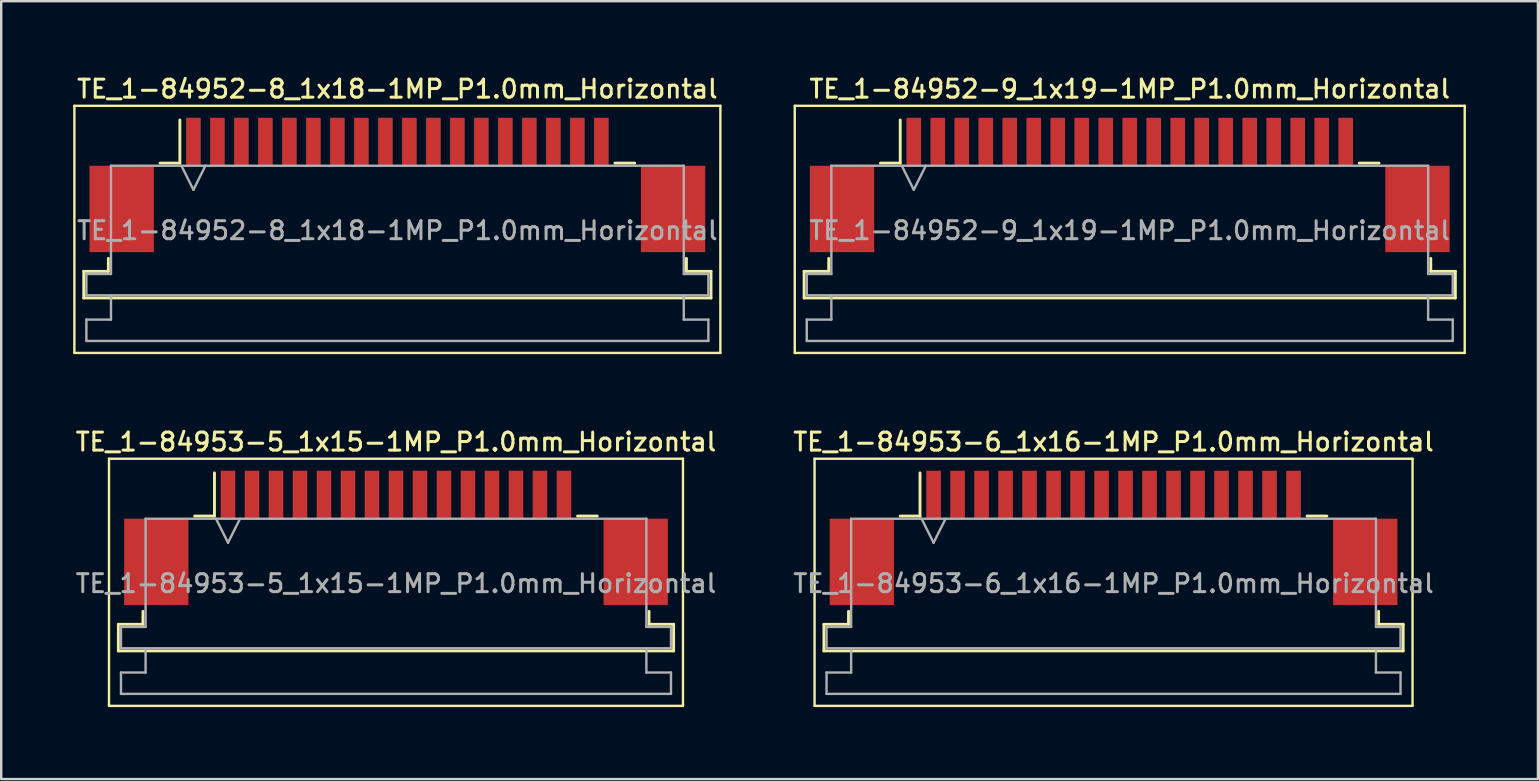
<source format=kicad_pcb>
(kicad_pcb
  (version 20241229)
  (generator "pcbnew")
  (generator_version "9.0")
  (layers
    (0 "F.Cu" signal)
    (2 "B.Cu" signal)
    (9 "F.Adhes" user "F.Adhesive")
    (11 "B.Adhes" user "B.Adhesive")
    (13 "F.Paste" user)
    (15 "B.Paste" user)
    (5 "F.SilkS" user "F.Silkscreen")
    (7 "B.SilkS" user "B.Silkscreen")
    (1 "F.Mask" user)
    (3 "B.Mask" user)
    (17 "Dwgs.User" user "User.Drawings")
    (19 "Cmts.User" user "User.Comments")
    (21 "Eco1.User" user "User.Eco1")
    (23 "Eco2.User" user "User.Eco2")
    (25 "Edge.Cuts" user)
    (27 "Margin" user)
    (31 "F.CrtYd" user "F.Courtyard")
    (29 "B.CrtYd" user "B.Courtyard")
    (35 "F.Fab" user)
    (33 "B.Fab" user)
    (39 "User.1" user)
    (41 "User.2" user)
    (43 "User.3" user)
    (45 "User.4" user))
  (footprint "TE_1-84952-8_1x18-1MP_P1.0mm_Horizontal"
    (layer "F.Cu")
    (at 13.51 4.658)
    (property "Reference" "TE_1-84952-8_1x18-1MP_P1.0mm_Horizontal" (at 0 -4 0) (layer "F.SilkS") (effects (font (size 0.75 0.75) (thickness 0.125))))
    (attr smd)
    (fp_line (start -13.46 -3.3) (end -13.46 7) (stroke (width 0.1) (type solid)) (layer "F.SilkS"))
    (fp_line (start -13.46 7) (end 13.46 7) (stroke (width 0.1) (type solid)) (layer "F.SilkS"))
    (fp_line (start -13.07 3.6) (end -12.045 3.6) (stroke (width 0.12) (type solid)) (layer "F.SilkS"))
    (fp_line (start -13.07 4.71) (end -13.07 3.6) (stroke (width 0.12) (type solid)) (layer "F.SilkS"))
    (fp_line (start -12.045 3.6) (end -12.045 3.06) (stroke (width 0.12) (type solid)) (layer "F.SilkS"))
    (fp_line (start -9.89 -0.91) (end -9.065 -0.91) (stroke (width 0.12) (type solid)) (layer "F.SilkS"))
    (fp_line (start -9.065 -0.91) (end -9.065 -2.71) (stroke (width 0.12) (type solid)) (layer "F.SilkS"))
    (fp_line (start 9.065 -0.91) (end 9.89 -0.91) (stroke (width 0.12) (type solid)) (layer "F.SilkS"))
    (fp_line (start 12.045 3.06) (end 12.045 3.6) (stroke (width 0.12) (type solid)) (layer "F.SilkS"))
    (fp_line (start 12.045 3.6) (end 13.07 3.6) (stroke (width 0.12) (type solid)) (layer "F.SilkS"))
    (fp_line (start 13.07 3.6) (end 13.07 4.71) (stroke (width 0.12) (type solid)) (layer "F.SilkS"))
    (fp_line (start 13.07 4.71) (end -13.07 4.71) (stroke (width 0.12) (type solid)) (layer "F.SilkS"))
    (fp_line (start 13.46 -3.3) (end -13.46 -3.3) (stroke (width 0.1) (type solid)) (layer "F.SilkS"))
    (fp_line (start 13.46 7) (end 13.46 -3.3) (stroke (width 0.1) (type solid)) (layer "F.SilkS"))
    (fp_line (start -12.96 3.71) (end -11.935 3.71) (stroke (width 0.1) (type solid)) (layer "F.Fab"))
    (fp_line (start -12.96 4.6) (end -12.96 3.71) (stroke (width 0.1) (type solid)) (layer "F.Fab"))
    (fp_line (start -12.96 5.61) (end -11.935 5.61) (stroke (width 0.1) (type solid)) (layer "F.Fab"))
    (fp_line (start -12.96 6.5) (end -12.96 5.61) (stroke (width 0.1) (type solid)) (layer "F.Fab"))
    (fp_line (start -11.935 -0.8) (end 11.935 -0.8) (stroke (width 0.1) (type solid)) (layer "F.Fab"))
    (fp_line (start -11.935 3.71) (end -11.935 -0.8) (stroke (width 0.1) (type solid)) (layer "F.Fab"))
    (fp_line (start -11.935 5.61) (end -11.935 4.6) (stroke (width 0.1) (type solid)) (layer "F.Fab"))
    (fp_line (start -9 -0.8) (end -8.5 0.2) (stroke (width 0.1) (type solid)) (layer "F.Fab"))
    (fp_line (start -8.5 0.2) (end -8 -0.8) (stroke (width 0.1) (type solid)) (layer "F.Fab"))
    (fp_line (start 11.935 -0.8) (end 11.935 3.71) (stroke (width 0.1) (type solid)) (layer "F.Fab"))
    (fp_line (start 11.935 3.71) (end 12.96 3.71) (stroke (width 0.1) (type solid)) (layer "F.Fab"))
    (fp_line (start 11.935 4.6) (end 11.935 5.61) (stroke (width 0.1) (type solid)) (layer "F.Fab"))
    (fp_line (start 11.935 5.61) (end 12.96 5.61) (stroke (width 0.1) (type solid)) (layer "F.Fab"))
    (fp_line (start 12.96 3.71) (end 12.96 4.6) (stroke (width 0.1) (type solid)) (layer "F.Fab"))
    (fp_line (start 12.96 4.6) (end -12.96 4.6) (stroke (width 0.1) (type solid)) (layer "F.Fab"))
    (fp_line (start 12.96 5.61) (end 12.96 6.5) (stroke (width 0.1) (type solid)) (layer "F.Fab"))
    (fp_line (start 12.96 6.5) (end -12.96 6.5) (stroke (width 0.1) (type solid)) (layer "F.Fab"))
    (fp_text user "${REFERENCE}" (at 0 1.9 0) (layer "F.Fab") (effects (font (size 0.75 0.75) (thickness 0.125))))
    (pad "1" smd rect (at -8.5 -1.8) (size 0.61 2) (layers "F.Cu" "F.Mask" "F.Paste"))
    (pad "2" smd rect (at -7.5 -1.8) (size 0.61 2) (layers "F.Cu" "F.Mask" "F.Paste"))
    (pad "3" smd rect (at -6.5 -1.8) (size 0.61 2) (layers "F.Cu" "F.Mask" "F.Paste"))
    (pad "4" smd rect (at -5.5 -1.8) (size 0.61 2) (layers "F.Cu" "F.Mask" "F.Paste"))
    (pad "5" smd rect (at -4.5 -1.8) (size 0.61 2) (layers "F.Cu" "F.Mask" "F.Paste"))
    (pad "6" smd rect (at -3.5 -1.8) (size 0.61 2) (layers "F.Cu" "F.Mask" "F.Paste"))
    (pad "7" smd rect (at -2.5 -1.8) (size 0.61 2) (layers "F.Cu" "F.Mask" "F.Paste"))
    (pad "8" smd rect (at -1.5 -1.8) (size 0.61 2) (layers "F.Cu" "F.Mask" "F.Paste"))
    (pad "9" smd rect (at -0.5 -1.8) (size 0.61 2) (layers "F.Cu" "F.Mask" "F.Paste"))
    (pad "10" smd rect (at 0.5 -1.8) (size 0.61 2) (layers "F.Cu" "F.Mask" "F.Paste"))
    (pad "11" smd rect (at 1.5 -1.8) (size 0.61 2) (layers "F.Cu" "F.Mask" "F.Paste"))
    (pad "12" smd rect (at 2.5 -1.8) (size 0.61 2) (layers "F.Cu" "F.Mask" "F.Paste"))
    (pad "13" smd rect (at 3.5 -1.8) (size 0.61 2) (layers "F.Cu" "F.Mask" "F.Paste"))
    (pad "14" smd rect (at 4.5 -1.8) (size 0.61 2) (layers "F.Cu" "F.Mask" "F.Paste"))
    (pad "15" smd rect (at 5.5 -1.8) (size 0.61 2) (layers "F.Cu" "F.Mask" "F.Paste"))
    (pad "16" smd rect (at 6.5 -1.8) (size 0.61 2) (layers "F.Cu" "F.Mask" "F.Paste"))
    (pad "17" smd rect (at 7.5 -1.8) (size 0.61 2) (layers "F.Cu" "F.Mask" "F.Paste"))
    (pad "18" smd rect (at 8.5 -1.8) (size 0.61 2) (layers "F.Cu" "F.Mask" "F.Paste"))
    (pad "MP" smd rect (at -11.49 1) (size 2.68 3.6) (layers "F.Cu" "F.Mask" "F.Paste"))
    (pad "MP" smd rect (at 11.49 1) (size 2.68 3.6) (layers "F.Cu" "F.Mask" "F.Paste")))
  (footprint "TE_1-84952-9_1x19-1MP_P1.0mm_Horizontal"
    (layer "F.Cu")
    (at 44.03 4.658)
    (property "Reference" "TE_1-84952-9_1x19-1MP_P1.0mm_Horizontal" (at 0 -4 0) (layer "F.SilkS") (effects (font (size 0.75 0.75) (thickness 0.125))))
    (attr smd)
    (fp_line (start -13.96 -3.3) (end -13.96 7) (stroke (width 0.1) (type solid)) (layer "F.SilkS"))
    (fp_line (start -13.96 7) (end 13.96 7) (stroke (width 0.1) (type solid)) (layer "F.SilkS"))
    (fp_line (start -13.57 3.6) (end -12.545 3.6) (stroke (width 0.12) (type solid)) (layer "F.SilkS"))
    (fp_line (start -13.57 4.71) (end -13.57 3.6) (stroke (width 0.12) (type solid)) (layer "F.SilkS"))
    (fp_line (start -12.545 3.6) (end -12.545 3.06) (stroke (width 0.12) (type solid)) (layer "F.SilkS"))
    (fp_line (start -10.39 -0.91) (end -9.565 -0.91) (stroke (width 0.12) (type solid)) (layer "F.SilkS"))
    (fp_line (start -9.565 -0.91) (end -9.565 -2.71) (stroke (width 0.12) (type solid)) (layer "F.SilkS"))
    (fp_line (start 9.565 -0.91) (end 10.39 -0.91) (stroke (width 0.12) (type solid)) (layer "F.SilkS"))
    (fp_line (start 12.545 3.06) (end 12.545 3.6) (stroke (width 0.12) (type solid)) (layer "F.SilkS"))
    (fp_line (start 12.545 3.6) (end 13.57 3.6) (stroke (width 0.12) (type solid)) (layer "F.SilkS"))
    (fp_line (start 13.57 3.6) (end 13.57 4.71) (stroke (width 0.12) (type solid)) (layer "F.SilkS"))
    (fp_line (start 13.57 4.71) (end -13.57 4.71) (stroke (width 0.12) (type solid)) (layer "F.SilkS"))
    (fp_line (start 13.96 -3.3) (end -13.96 -3.3) (stroke (width 0.1) (type solid)) (layer "F.SilkS"))
    (fp_line (start 13.96 7) (end 13.96 -3.3) (stroke (width 0.1) (type solid)) (layer "F.SilkS"))
    (fp_line (start -13.46 3.71) (end -12.435 3.71) (stroke (width 0.1) (type solid)) (layer "F.Fab"))
    (fp_line (start -13.46 4.6) (end -13.46 3.71) (stroke (width 0.1) (type solid)) (layer "F.Fab"))
    (fp_line (start -13.46 5.61) (end -12.435 5.61) (stroke (width 0.1) (type solid)) (layer "F.Fab"))
    (fp_line (start -13.46 6.5) (end -13.46 5.61) (stroke (width 0.1) (type solid)) (layer "F.Fab"))
    (fp_line (start -12.435 -0.8) (end 12.435 -0.8) (stroke (width 0.1) (type solid)) (layer "F.Fab"))
    (fp_line (start -12.435 3.71) (end -12.435 -0.8) (stroke (width 0.1) (type solid)) (layer "F.Fab"))
    (fp_line (start -12.435 5.61) (end -12.435 4.6) (stroke (width 0.1) (type solid)) (layer "F.Fab"))
    (fp_line (start -9.5 -0.8) (end -9 0.2) (stroke (width 0.1) (type solid)) (layer "F.Fab"))
    (fp_line (start -9 0.2) (end -8.5 -0.8) (stroke (width 0.1) (type solid)) (layer "F.Fab"))
    (fp_line (start 12.435 -0.8) (end 12.435 3.71) (stroke (width 0.1) (type solid)) (layer "F.Fab"))
    (fp_line (start 12.435 3.71) (end 13.46 3.71) (stroke (width 0.1) (type solid)) (layer "F.Fab"))
    (fp_line (start 12.435 4.6) (end 12.435 5.61) (stroke (width 0.1) (type solid)) (layer "F.Fab"))
    (fp_line (start 12.435 5.61) (end 13.46 5.61) (stroke (width 0.1) (type solid)) (layer "F.Fab"))
    (fp_line (start 13.46 3.71) (end 13.46 4.6) (stroke (width 0.1) (type solid)) (layer "F.Fab"))
    (fp_line (start 13.46 4.6) (end -13.46 4.6) (stroke (width 0.1) (type solid)) (layer "F.Fab"))
    (fp_line (start 13.46 5.61) (end 13.46 6.5) (stroke (width 0.1) (type solid)) (layer "F.Fab"))
    (fp_line (start 13.46 6.5) (end -13.46 6.5) (stroke (width 0.1) (type solid)) (layer "F.Fab"))
    (fp_text user "${REFERENCE}" (at 0 1.9 0) (layer "F.Fab") (effects (font (size 0.75 0.75) (thickness 0.125))))
    (pad "1" smd rect (at -9 -1.8) (size 0.61 2) (layers "F.Cu" "F.Mask" "F.Paste"))
    (pad "2" smd rect (at -8 -1.8) (size 0.61 2) (layers "F.Cu" "F.Mask" "F.Paste"))
    (pad "3" smd rect (at -7 -1.8) (size 0.61 2) (layers "F.Cu" "F.Mask" "F.Paste"))
    (pad "4" smd rect (at -6 -1.8) (size 0.61 2) (layers "F.Cu" "F.Mask" "F.Paste"))
    (pad "5" smd rect (at -5 -1.8) (size 0.61 2) (layers "F.Cu" "F.Mask" "F.Paste"))
    (pad "6" smd rect (at -4 -1.8) (size 0.61 2) (layers "F.Cu" "F.Mask" "F.Paste"))
    (pad "7" smd rect (at -3 -1.8) (size 0.61 2) (layers "F.Cu" "F.Mask" "F.Paste"))
    (pad "8" smd rect (at -2 -1.8) (size 0.61 2) (layers "F.Cu" "F.Mask" "F.Paste"))
    (pad "9" smd rect (at -1 -1.8) (size 0.61 2) (layers "F.Cu" "F.Mask" "F.Paste"))
    (pad "10" smd rect (at 0 -1.8) (size 0.61 2) (layers "F.Cu" "F.Mask" "F.Paste"))
    (pad "11" smd rect (at 1 -1.8) (size 0.61 2) (layers "F.Cu" "F.Mask" "F.Paste"))
    (pad "12" smd rect (at 2 -1.8) (size 0.61 2) (layers "F.Cu" "F.Mask" "F.Paste"))
    (pad "13" smd rect (at 3 -1.8) (size 0.61 2) (layers "F.Cu" "F.Mask" "F.Paste"))
    (pad "14" smd rect (at 4 -1.8) (size 0.61 2) (layers "F.Cu" "F.Mask" "F.Paste"))
    (pad "15" smd rect (at 5 -1.8) (size 0.61 2) (layers "F.Cu" "F.Mask" "F.Paste"))
    (pad "16" smd rect (at 6 -1.8) (size 0.61 2) (layers "F.Cu" "F.Mask" "F.Paste"))
    (pad "17" smd rect (at 7 -1.8) (size 0.61 2) (layers "F.Cu" "F.Mask" "F.Paste"))
    (pad "18" smd rect (at 8 -1.8) (size 0.61 2) (layers "F.Cu" "F.Mask" "F.Paste"))
    (pad "19" smd rect (at 9 -1.8) (size 0.61 2) (layers "F.Cu" "F.Mask" "F.Paste"))
    (pad "MP" smd rect (at -11.99 1) (size 2.68 3.6) (layers "F.Cu" "F.Mask" "F.Paste"))
    (pad "MP" smd rect (at 11.99 1) (size 2.68 3.6) (layers "F.Cu" "F.Mask" "F.Paste")))
  (footprint "TE_1-84953-6_1x16-1MP_P1.0mm_Horizontal"
    (layer "F.Cu")
    (at 43.355 19.366)
    (property "Reference" "TE_1-84953-6_1x16-1MP_P1.0mm_Horizontal" (at 0 -4 0) (layer "F.SilkS") (effects (font (size 0.75 0.75) (thickness 0.125))))
    (attr smd)
    (fp_line (start -12.46 -3.3) (end -12.46 7) (stroke (width 0.1) (type solid)) (layer "F.SilkS"))
    (fp_line (start -12.46 7) (end 12.46 7) (stroke (width 0.1) (type solid)) (layer "F.SilkS"))
    (fp_line (start -12.07 3.6) (end -11.045 3.6) (stroke (width 0.12) (type solid)) (layer "F.SilkS"))
    (fp_line (start -12.07 4.71) (end -12.07 3.6) (stroke (width 0.12) (type solid)) (layer "F.SilkS"))
    (fp_line (start -11.045 3.6) (end -11.045 3.06) (stroke (width 0.12) (type solid)) (layer "F.SilkS"))
    (fp_line (start -8.89 -0.91) (end -8.065 -0.91) (stroke (width 0.12) (type solid)) (layer "F.SilkS"))
    (fp_line (start -8.065 -0.91) (end -8.065 -2.71) (stroke (width 0.12) (type solid)) (layer "F.SilkS"))
    (fp_line (start 8.065 -0.91) (end 8.89 -0.91) (stroke (width 0.12) (type solid)) (layer "F.SilkS"))
    (fp_line (start 11.045 3.06) (end 11.045 3.6) (stroke (width 0.12) (type solid)) (layer "F.SilkS"))
    (fp_line (start 11.045 3.6) (end 12.07 3.6) (stroke (width 0.12) (type solid)) (layer "F.SilkS"))
    (fp_line (start 12.07 3.6) (end 12.07 4.71) (stroke (width 0.12) (type solid)) (layer "F.SilkS"))
    (fp_line (start 12.07 4.71) (end -12.07 4.71) (stroke (width 0.12) (type solid)) (layer "F.SilkS"))
    (fp_line (start 12.46 -3.3) (end -12.46 -3.3) (stroke (width 0.1) (type solid)) (layer "F.SilkS"))
    (fp_line (start 12.46 7) (end 12.46 -3.3) (stroke (width 0.1) (type solid)) (layer "F.SilkS"))
    (fp_line (start -11.96 3.71) (end -10.935 3.71) (stroke (width 0.1) (type solid)) (layer "F.Fab"))
    (fp_line (start -11.96 4.6) (end -11.96 3.71) (stroke (width 0.1) (type solid)) (layer "F.Fab"))
    (fp_line (start -11.96 5.61) (end -10.935 5.61) (stroke (width 0.1) (type solid)) (layer "F.Fab"))
    (fp_line (start -11.96 6.5) (end -11.96 5.61) (stroke (width 0.1) (type solid)) (layer "F.Fab"))
    (fp_line (start -10.935 -0.8) (end 10.935 -0.8) (stroke (width 0.1) (type solid)) (layer "F.Fab"))
    (fp_line (start -10.935 3.71) (end -10.935 -0.8) (stroke (width 0.1) (type solid)) (layer "F.Fab"))
    (fp_line (start -10.935 5.61) (end -10.935 4.6) (stroke (width 0.1) (type solid)) (layer "F.Fab"))
    (fp_line (start -8 -0.8) (end -7.5 0.2) (stroke (width 0.1) (type solid)) (layer "F.Fab"))
    (fp_line (start -7.5 0.2) (end -7 -0.8) (stroke (width 0.1) (type solid)) (layer "F.Fab"))
    (fp_line (start 10.935 -0.8) (end 10.935 3.71) (stroke (width 0.1) (type solid)) (layer "F.Fab"))
    (fp_line (start 10.935 3.71) (end 11.96 3.71) (stroke (width 0.1) (type solid)) (layer "F.Fab"))
    (fp_line (start 10.935 4.6) (end 10.935 5.61) (stroke (width 0.1) (type solid)) (layer "F.Fab"))
    (fp_line (start 10.935 5.61) (end 11.96 5.61) (stroke (width 0.1) (type solid)) (layer "F.Fab"))
    (fp_line (start 11.96 3.71) (end 11.96 4.6) (stroke (width 0.1) (type solid)) (layer "F.Fab"))
    (fp_line (start 11.96 4.6) (end -11.96 4.6) (stroke (width 0.1) (type solid)) (layer "F.Fab"))
    (fp_line (start 11.96 5.61) (end 11.96 6.5) (stroke (width 0.1) (type solid)) (layer "F.Fab"))
    (fp_line (start 11.96 6.5) (end -11.96 6.5) (stroke (width 0.1) (type solid)) (layer "F.Fab"))
    (fp_text user "${REFERENCE}" (at 0 1.9 0) (layer "F.Fab") (effects (font (size 0.75 0.75) (thickness 0.125))))
    (pad "1" smd rect (at -7.5 -1.8) (size 0.61 2) (layers "F.Cu" "F.Mask" "F.Paste"))
    (pad "2" smd rect (at -6.5 -1.8) (size 0.61 2) (layers "F.Cu" "F.Mask" "F.Paste"))
    (pad "3" smd rect (at -5.5 -1.8) (size 0.61 2) (layers "F.Cu" "F.Mask" "F.Paste"))
    (pad "4" smd rect (at -4.5 -1.8) (size 0.61 2) (layers "F.Cu" "F.Mask" "F.Paste"))
    (pad "5" smd rect (at -3.5 -1.8) (size 0.61 2) (layers "F.Cu" "F.Mask" "F.Paste"))
    (pad "6" smd rect (at -2.5 -1.8) (size 0.61 2) (layers "F.Cu" "F.Mask" "F.Paste"))
    (pad "7" smd rect (at -1.5 -1.8) (size 0.61 2) (layers "F.Cu" "F.Mask" "F.Paste"))
    (pad "8" smd rect (at -0.5 -1.8) (size 0.61 2) (layers "F.Cu" "F.Mask" "F.Paste"))
    (pad "9" smd rect (at 0.5 -1.8) (size 0.61 2) (layers "F.Cu" "F.Mask" "F.Paste"))
    (pad "10" smd rect (at 1.5 -1.8) (size 0.61 2) (layers "F.Cu" "F.Mask" "F.Paste"))
    (pad "11" smd rect (at 2.5 -1.8) (size 0.61 2) (layers "F.Cu" "F.Mask" "F.Paste"))
    (pad "12" smd rect (at 3.5 -1.8) (size 0.61 2) (layers "F.Cu" "F.Mask" "F.Paste"))
    (pad "13" smd rect (at 4.5 -1.8) (size 0.61 2) (layers "F.Cu" "F.Mask" "F.Paste"))
    (pad "14" smd rect (at 5.5 -1.8) (size 0.61 2) (layers "F.Cu" "F.Mask" "F.Paste"))
    (pad "15" smd rect (at 6.5 -1.8) (size 0.61 2) (layers "F.Cu" "F.Mask" "F.Paste"))
    (pad "16" smd rect (at 7.5 -1.8) (size 0.61 2) (layers "F.Cu" "F.Mask" "F.Paste"))
    (pad "MP" smd rect (at -10.49 1) (size 2.68 3.6) (layers "F.Cu" "F.Mask" "F.Paste"))
    (pad "MP" smd rect (at 10.49 1) (size 2.68 3.6) (layers "F.Cu" "F.Mask" "F.Paste")))
  (footprint "TE_1-84953-5_1x15-1MP_P1.0mm_Horizontal"
    (layer "F.Cu")
    (at 13.452 19.366)
    (property "Reference" "TE_1-84953-5_1x15-1MP_P1.0mm_Horizontal" (at 0 -4 0) (layer "F.SilkS") (effects (font (size 0.75 0.75) (thickness 0.125))))
    (attr smd)
    (fp_line (start -11.96 -3.3) (end -11.96 7) (stroke (width 0.1) (type solid)) (layer "F.SilkS"))
    (fp_line (start -11.96 7) (end 11.96 7) (stroke (width 0.1) (type solid)) (layer "F.SilkS"))
    (fp_line (start -11.57 3.6) (end -10.545 3.6) (stroke (width 0.12) (type solid)) (layer "F.SilkS"))
    (fp_line (start -11.57 4.71) (end -11.57 3.6) (stroke (width 0.12) (type solid)) (layer "F.SilkS"))
    (fp_line (start -10.545 3.6) (end -10.545 3.06) (stroke (width 0.12) (type solid)) (layer "F.SilkS"))
    (fp_line (start -8.39 -0.91) (end -7.565 -0.91) (stroke (width 0.12) (type solid)) (layer "F.SilkS"))
    (fp_line (start -7.565 -0.91) (end -7.565 -2.71) (stroke (width 0.12) (type solid)) (layer "F.SilkS"))
    (fp_line (start 7.565 -0.91) (end 8.39 -0.91) (stroke (width 0.12) (type solid)) (layer "F.SilkS"))
    (fp_line (start 10.545 3.06) (end 10.545 3.6) (stroke (width 0.12) (type solid)) (layer "F.SilkS"))
    (fp_line (start 10.545 3.6) (end 11.57 3.6) (stroke (width 0.12) (type solid)) (layer "F.SilkS"))
    (fp_line (start 11.57 3.6) (end 11.57 4.71) (stroke (width 0.12) (type solid)) (layer "F.SilkS"))
    (fp_line (start 11.57 4.71) (end -11.57 4.71) (stroke (width 0.12) (type solid)) (layer "F.SilkS"))
    (fp_line (start 11.96 -3.3) (end -11.96 -3.3) (stroke (width 0.1) (type solid)) (layer "F.SilkS"))
    (fp_line (start 11.96 7) (end 11.96 -3.3) (stroke (width 0.1) (type solid)) (layer "F.SilkS"))
    (fp_line (start -11.46 3.71) (end -10.435 3.71) (stroke (width 0.1) (type solid)) (layer "F.Fab"))
    (fp_line (start -11.46 4.6) (end -11.46 3.71) (stroke (width 0.1) (type solid)) (layer "F.Fab"))
    (fp_line (start -11.46 5.61) (end -10.435 5.61) (stroke (width 0.1) (type solid)) (layer "F.Fab"))
    (fp_line (start -11.46 6.5) (end -11.46 5.61) (stroke (width 0.1) (type solid)) (layer "F.Fab"))
    (fp_line (start -10.435 -0.8) (end 10.435 -0.8) (stroke (width 0.1) (type solid)) (layer "F.Fab"))
    (fp_line (start -10.435 3.71) (end -10.435 -0.8) (stroke (width 0.1) (type solid)) (layer "F.Fab"))
    (fp_line (start -10.435 5.61) (end -10.435 4.6) (stroke (width 0.1) (type solid)) (layer "F.Fab"))
    (fp_line (start -7.5 -0.8) (end -7 0.2) (stroke (width 0.1) (type solid)) (layer "F.Fab"))
    (fp_line (start -7 0.2) (end -6.5 -0.8) (stroke (width 0.1) (type solid)) (layer "F.Fab"))
    (fp_line (start 10.435 -0.8) (end 10.435 3.71) (stroke (width 0.1) (type solid)) (layer "F.Fab"))
    (fp_line (start 10.435 3.71) (end 11.46 3.71) (stroke (width 0.1) (type solid)) (layer "F.Fab"))
    (fp_line (start 10.435 4.6) (end 10.435 5.61) (stroke (width 0.1) (type solid)) (layer "F.Fab"))
    (fp_line (start 10.435 5.61) (end 11.46 5.61) (stroke (width 0.1) (type solid)) (layer "F.Fab"))
    (fp_line (start 11.46 3.71) (end 11.46 4.6) (stroke (width 0.1) (type solid)) (layer "F.Fab"))
    (fp_line (start 11.46 4.6) (end -11.46 4.6) (stroke (width 0.1) (type solid)) (layer "F.Fab"))
    (fp_line (start 11.46 5.61) (end 11.46 6.5) (stroke (width 0.1) (type solid)) (layer "F.Fab"))
    (fp_line (start 11.46 6.5) (end -11.46 6.5) (stroke (width 0.1) (type solid)) (layer "F.Fab"))
    (fp_text user "${REFERENCE}" (at 0 1.9 0) (layer "F.Fab") (effects (font (size 0.75 0.75) (thickness 0.125))))
    (pad "1" smd rect (at -7 -1.8) (size 0.61 2) (layers "F.Cu" "F.Mask" "F.Paste"))
    (pad "2" smd rect (at -6 -1.8) (size 0.61 2) (layers "F.Cu" "F.Mask" "F.Paste"))
    (pad "3" smd rect (at -5 -1.8) (size 0.61 2) (layers "F.Cu" "F.Mask" "F.Paste"))
    (pad "4" smd rect (at -4 -1.8) (size 0.61 2) (layers "F.Cu" "F.Mask" "F.Paste"))
    (pad "5" smd rect (at -3 -1.8) (size 0.61 2) (layers "F.Cu" "F.Mask" "F.Paste"))
    (pad "6" smd rect (at -2 -1.8) (size 0.61 2) (layers "F.Cu" "F.Mask" "F.Paste"))
    (pad "7" smd rect (at -1 -1.8) (size 0.61 2) (layers "F.Cu" "F.Mask" "F.Paste"))
    (pad "8" smd rect (at 0 -1.8) (size 0.61 2) (layers "F.Cu" "F.Mask" "F.Paste"))
    (pad "9" smd rect (at 1 -1.8) (size 0.61 2) (layers "F.Cu" "F.Mask" "F.Paste"))
    (pad "10" smd rect (at 2 -1.8) (size 0.61 2) (layers "F.Cu" "F.Mask" "F.Paste"))
    (pad "11" smd rect (at 3 -1.8) (size 0.61 2) (layers "F.Cu" "F.Mask" "F.Paste"))
    (pad "12" smd rect (at 4 -1.8) (size 0.61 2) (layers "F.Cu" "F.Mask" "F.Paste"))
    (pad "13" smd rect (at 5 -1.8) (size 0.61 2) (layers "F.Cu" "F.Mask" "F.Paste"))
    (pad "14" smd rect (at 6 -1.8) (size 0.61 2) (layers "F.Cu" "F.Mask" "F.Paste"))
    (pad "15" smd rect (at 7 -1.8) (size 0.61 2) (layers "F.Cu" "F.Mask" "F.Paste"))
    (pad "MP" smd rect (at -9.99 1) (size 2.68 3.6) (layers "F.Cu" "F.Mask" "F.Paste"))
    (pad "MP" smd rect (at 9.99 1) (size 2.68 3.6) (layers "F.Cu" "F.Mask" "F.Paste")))
  (gr_rect
    (start -3 -3)
    (end 61.04 29.416)
    (stroke (width 0.1) (type default))
    (fill no)
    (layer "Edge.Cuts")))
</source>
